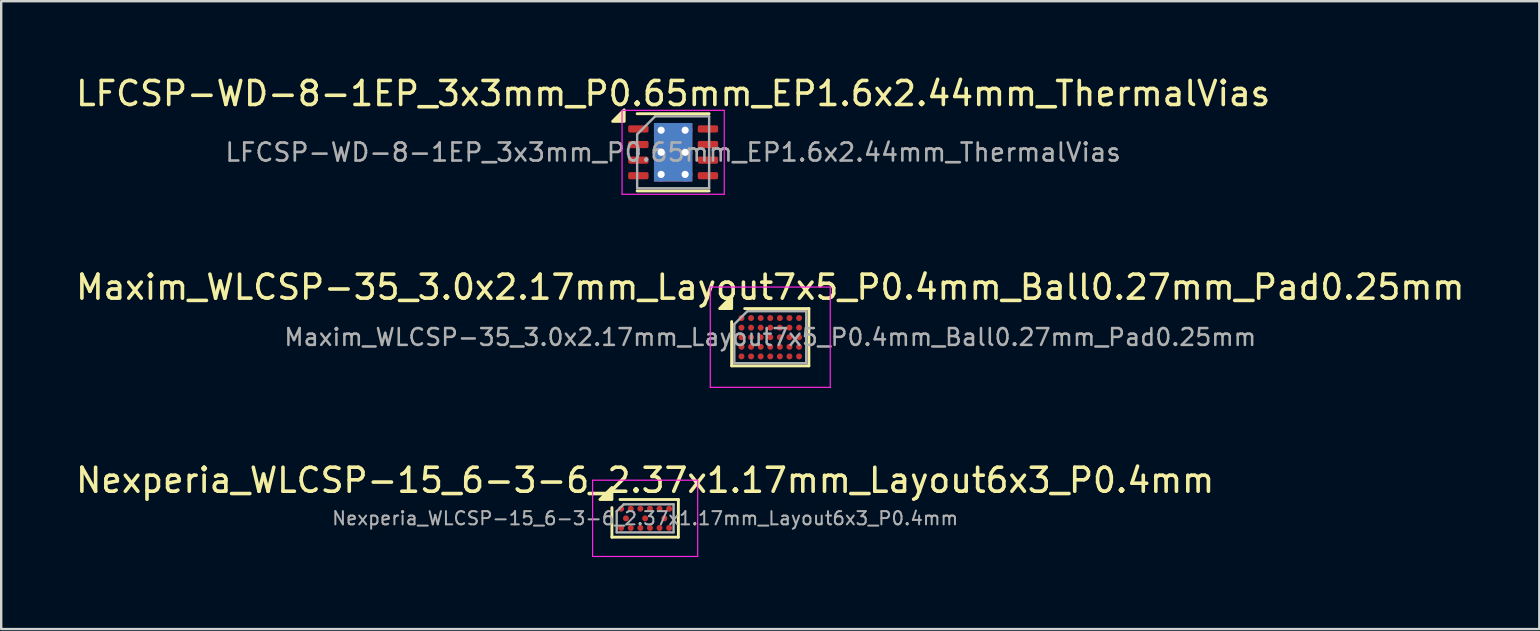
<source format=kicad_pcb>
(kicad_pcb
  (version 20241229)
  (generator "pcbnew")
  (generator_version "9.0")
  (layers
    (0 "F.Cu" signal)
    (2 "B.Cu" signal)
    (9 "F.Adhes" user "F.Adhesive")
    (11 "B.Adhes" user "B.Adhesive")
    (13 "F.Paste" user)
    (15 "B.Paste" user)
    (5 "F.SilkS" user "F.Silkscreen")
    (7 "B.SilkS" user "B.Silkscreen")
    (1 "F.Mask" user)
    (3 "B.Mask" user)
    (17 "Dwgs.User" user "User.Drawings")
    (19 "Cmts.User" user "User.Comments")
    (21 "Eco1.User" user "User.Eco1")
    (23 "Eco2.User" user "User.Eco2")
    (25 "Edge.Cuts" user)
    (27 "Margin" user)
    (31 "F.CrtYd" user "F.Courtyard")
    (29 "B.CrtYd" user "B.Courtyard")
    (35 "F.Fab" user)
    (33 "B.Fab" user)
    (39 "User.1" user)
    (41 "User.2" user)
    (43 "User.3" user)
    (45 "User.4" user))
  (footprint "Nexperia_WLCSP-15_6-3-6_2.37x1.17mm_Layout6x3_P0.4mm"
    (layer "F.Cu")
    (at 23.839 18.554)
    (property "Reference" "Nexperia_WLCSP-15_6-3-6_2.37x1.17mm_Layout6x3_P0.4mm" (at 0 -1.585 0) (layer "F.SilkS") (effects (font (size 1 1) (thickness 0.15))))
    (attr smd)
    (fp_line (start -1.385 0.785) (end -1.385 -0.448) (stroke (width 0.12) (type solid)) (layer "F.SilkS"))
    (fp_line (start -1.048 -0.785) (end 1.385 -0.785) (stroke (width 0.12) (type solid)) (layer "F.SilkS"))
    (fp_line (start 1.385 -0.785) (end 1.385 0.785) (stroke (width 0.12) (type solid)) (layer "F.SilkS"))
    (fp_line (start 1.385 0.785) (end -1.385 0.785) (stroke (width 0.12) (type solid)) (layer "F.SilkS"))
    (fp_poly (pts (xy -1.385 -0.785) (xy -1.885 -0.785) (xy -1.385 -1.285) (xy -1.385 -0.785)) (stroke (width 0.12) (type solid)) (fill yes) (layer "F.SilkS"))
    (fp_line (start -2.19 -1.59) (end -2.19 1.59) (stroke (width 0.05) (type solid)) (layer "F.CrtYd"))
    (fp_line (start -2.19 1.59) (end 2.19 1.59) (stroke (width 0.05) (type solid)) (layer "F.CrtYd"))
    (fp_line (start 2.19 -1.59) (end -2.19 -1.59) (stroke (width 0.05) (type solid)) (layer "F.CrtYd"))
    (fp_line (start 2.19 1.59) (end 2.19 -1.59) (stroke (width 0.05) (type solid)) (layer "F.CrtYd"))
    (fp_line (start -1.185 -0.292) (end -0.892 -0.585) (stroke (width 0.1) (type solid)) (layer "F.Fab"))
    (fp_line (start -1.185 0.585) (end -1.185 -0.292) (stroke (width 0.1) (type solid)) (layer "F.Fab"))
    (fp_line (start -0.892 -0.585) (end 1.185 -0.585) (stroke (width 0.1) (type solid)) (layer "F.Fab"))
    (fp_line (start 1.185 -0.585) (end 1.185 0.585) (stroke (width 0.1) (type solid)) (layer "F.Fab"))
    (fp_line (start 1.185 0.585) (end -1.185 0.585) (stroke (width 0.1) (type solid)) (layer "F.Fab"))
    (fp_text user "${REFERENCE}" (at 0 0 0) (layer "F.Fab") (effects (font (size 0.55 0.55) (thickness 0.083))))
    (pad "A1" smd circle (at -1 -0.4) (size 0.25 0.25) (property pad_prop_bga) (layers "F.Cu" "F.Mask" "F.Paste"))
    (pad "A2" smd circle (at -0.6 -0.4) (size 0.25 0.25) (property pad_prop_bga) (layers "F.Cu" "F.Mask" "F.Paste"))
    (pad "A3" smd circle (at -0.2 -0.4) (size 0.25 0.25) (property pad_prop_bga) (layers "F.Cu" "F.Mask" "F.Paste"))
    (pad "A4" smd circle (at 0.2 -0.4) (size 0.25 0.25) (property pad_prop_bga) (layers "F.Cu" "F.Mask" "F.Paste"))
    (pad "A5" smd circle (at 0.6 -0.4) (size 0.25 0.25) (property pad_prop_bga) (layers "F.Cu" "F.Mask" "F.Paste"))
    (pad "A6" smd circle (at 1 -0.4) (size 0.25 0.25) (property pad_prop_bga) (layers "F.Cu" "F.Mask" "F.Paste"))
    (pad "B1" smd circle (at -0.8 0) (size 0.25 0.25) (property pad_prop_bga) (layers "F.Cu" "F.Mask" "F.Paste"))
    (pad "B2" smd circle (at 0 0) (size 0.25 0.25) (property pad_prop_bga) (layers "F.Cu" "F.Mask" "F.Paste"))
    (pad "B3" smd circle (at 0.8 0) (size 0.25 0.25) (property pad_prop_bga) (layers "F.Cu" "F.Mask" "F.Paste"))
    (pad "C1" smd circle (at -1 0.4) (size 0.25 0.25) (property pad_prop_bga) (layers "F.Cu" "F.Mask" "F.Paste"))
    (pad "C2" smd circle (at -0.6 0.4) (size 0.25 0.25) (property pad_prop_bga) (layers "F.Cu" "F.Mask" "F.Paste"))
    (pad "C3" smd circle (at -0.2 0.4) (size 0.25 0.25) (property pad_prop_bga) (layers "F.Cu" "F.Mask" "F.Paste"))
    (pad "C4" smd circle (at 0.2 0.4) (size 0.25 0.25) (property pad_prop_bga) (layers "F.Cu" "F.Mask" "F.Paste"))
    (pad "C5" smd circle (at 0.6 0.4) (size 0.25 0.25) (property pad_prop_bga) (layers "F.Cu" "F.Mask" "F.Paste"))
    (pad "C6" smd circle (at 1 0.4) (size 0.25 0.25) (property pad_prop_bga) (layers "F.Cu" "F.Mask" "F.Paste")))
  (footprint "Maxim_WLCSP-35_3.0x2.17mm_Layout7x5_P0.4mm_Ball0.27mm_Pad0.25mm"
    (layer "F.Cu")
    (at 29.054 11.005)
    (property "Reference" "Maxim_WLCSP-35_3.0x2.17mm_Layout7x5_P0.4mm_Ball0.27mm_Pad0.25mm" (at 0 -2.084 0) (layer "F.SilkS") (effects (font (size 1 1) (thickness 0.15))))
    (attr smd)
    (fp_line (start -1.609 1.194) (end -1.609 -0.652) (stroke (width 0.12) (type solid)) (layer "F.SilkS"))
    (fp_line (start -1.067 -1.194) (end 1.609 -1.194) (stroke (width 0.12) (type solid)) (layer "F.SilkS"))
    (fp_line (start 1.609 -1.194) (end 1.609 1.194) (stroke (width 0.12) (type solid)) (layer "F.SilkS"))
    (fp_line (start 1.609 1.194) (end -1.609 1.194) (stroke (width 0.12) (type solid)) (layer "F.SilkS"))
    (fp_poly (pts (xy -1.609 -1.194) (xy -2.109 -1.194) (xy -1.609 -1.694) (xy -1.609 -1.194)) (stroke (width 0.12) (type solid)) (fill yes) (layer "F.SilkS"))
    (fp_line (start -2.5 -2.09) (end -2.5 2.09) (stroke (width 0.05) (type solid)) (layer "F.CrtYd"))
    (fp_line (start -2.5 2.09) (end 2.5 2.09) (stroke (width 0.05) (type solid)) (layer "F.CrtYd"))
    (fp_line (start 2.5 -2.09) (end -2.5 -2.09) (stroke (width 0.05) (type solid)) (layer "F.CrtYd"))
    (fp_line (start 2.5 2.09) (end 2.5 -2.09) (stroke (width 0.05) (type solid)) (layer "F.CrtYd"))
    (fp_line (start -1.499 -0.542) (end -0.957 -1.084) (stroke (width 0.1) (type solid)) (layer "F.Fab"))
    (fp_line (start -1.499 1.084) (end -1.499 -0.542) (stroke (width 0.1) (type solid)) (layer "F.Fab"))
    (fp_line (start -0.957 -1.084) (end 1.499 -1.084) (stroke (width 0.1) (type solid)) (layer "F.Fab"))
    (fp_line (start 1.499 -1.084) (end 1.499 1.084) (stroke (width 0.1) (type solid)) (layer "F.Fab"))
    (fp_line (start 1.499 1.084) (end -1.499 1.084) (stroke (width 0.1) (type solid)) (layer "F.Fab"))
    (fp_text user "${REFERENCE}" (at 0 0 0) (layer "F.Fab") (effects (font (size 0.7 0.7) (thickness 0.105))))
    (pad "A1" smd circle (at -1.2 -0.8) (size 0.25 0.25) (property pad_prop_bga) (layers "F.Cu" "F.Mask" "F.Paste"))
    (pad "A2" smd circle (at -0.8 -0.8) (size 0.25 0.25) (property pad_prop_bga) (layers "F.Cu" "F.Mask" "F.Paste"))
    (pad "A3" smd circle (at -0.4 -0.8) (size 0.25 0.25) (property pad_prop_bga) (layers "F.Cu" "F.Mask" "F.Paste"))
    (pad "A4" smd circle (at 0 -0.8) (size 0.25 0.25) (property pad_prop_bga) (layers "F.Cu" "F.Mask" "F.Paste"))
    (pad "A5" smd circle (at 0.4 -0.8) (size 0.25 0.25) (property pad_prop_bga) (layers "F.Cu" "F.Mask" "F.Paste"))
    (pad "A6" smd circle (at 0.8 -0.8) (size 0.25 0.25) (property pad_prop_bga) (layers "F.Cu" "F.Mask" "F.Paste"))
    (pad "A7" smd circle (at 1.2 -0.8) (size 0.25 0.25) (property pad_prop_bga) (layers "F.Cu" "F.Mask" "F.Paste"))
    (pad "B1" smd circle (at -1.2 -0.4) (size 0.25 0.25) (property pad_prop_bga) (layers "F.Cu" "F.Mask" "F.Paste"))
    (pad "B2" smd circle (at -0.8 -0.4) (size 0.25 0.25) (property pad_prop_bga) (layers "F.Cu" "F.Mask" "F.Paste"))
    (pad "B3" smd circle (at -0.4 -0.4) (size 0.25 0.25) (property pad_prop_bga) (layers "F.Cu" "F.Mask" "F.Paste"))
    (pad "B4" smd circle (at 0 -0.4) (size 0.25 0.25) (property pad_prop_bga) (layers "F.Cu" "F.Mask" "F.Paste"))
    (pad "B5" smd circle (at 0.4 -0.4) (size 0.25 0.25) (property pad_prop_bga) (layers "F.Cu" "F.Mask" "F.Paste"))
    (pad "B6" smd circle (at 0.8 -0.4) (size 0.25 0.25) (property pad_prop_bga) (layers "F.Cu" "F.Mask" "F.Paste"))
    (pad "B7" smd circle (at 1.2 -0.4) (size 0.25 0.25) (property pad_prop_bga) (layers "F.Cu" "F.Mask" "F.Paste"))
    (pad "C1" smd circle (at -1.2 0) (size 0.25 0.25) (property pad_prop_bga) (layers "F.Cu" "F.Mask" "F.Paste"))
    (pad "C2" smd circle (at -0.8 0) (size 0.25 0.25) (property pad_prop_bga) (layers "F.Cu" "F.Mask" "F.Paste"))
    (pad "C3" smd circle (at -0.4 0) (size 0.25 0.25) (property pad_prop_bga) (layers "F.Cu" "F.Mask" "F.Paste"))
    (pad "C4" smd circle (at 0 0) (size 0.25 0.25) (property pad_prop_bga) (layers "F.Cu" "F.Mask" "F.Paste"))
    (pad "C5" smd circle (at 0.4 0) (size 0.25 0.25) (property pad_prop_bga) (layers "F.Cu" "F.Mask" "F.Paste"))
    (pad "C6" smd circle (at 0.8 0) (size 0.25 0.25) (property pad_prop_bga) (layers "F.Cu" "F.Mask" "F.Paste"))
    (pad "C7" smd circle (at 1.2 0) (size 0.25 0.25) (property pad_prop_bga) (layers "F.Cu" "F.Mask" "F.Paste"))
    (pad "D1" smd circle (at -1.2 0.4) (size 0.25 0.25) (property pad_prop_bga) (layers "F.Cu" "F.Mask" "F.Paste"))
    (pad "D2" smd circle (at -0.8 0.4) (size 0.25 0.25) (property pad_prop_bga) (layers "F.Cu" "F.Mask" "F.Paste"))
    (pad "D3" smd circle (at -0.4 0.4) (size 0.25 0.25) (property pad_prop_bga) (layers "F.Cu" "F.Mask" "F.Paste"))
    (pad "D4" smd circle (at 0 0.4) (size 0.25 0.25) (property pad_prop_bga) (layers "F.Cu" "F.Mask" "F.Paste"))
    (pad "D5" smd circle (at 0.4 0.4) (size 0.25 0.25) (property pad_prop_bga) (layers "F.Cu" "F.Mask" "F.Paste"))
    (pad "D6" smd circle (at 0.8 0.4) (size 0.25 0.25) (property pad_prop_bga) (layers "F.Cu" "F.Mask" "F.Paste"))
    (pad "D7" smd circle (at 1.2 0.4) (size 0.25 0.25) (property pad_prop_bga) (layers "F.Cu" "F.Mask" "F.Paste"))
    (pad "E1" smd circle (at -1.2 0.8) (size 0.25 0.25) (property pad_prop_bga) (layers "F.Cu" "F.Mask" "F.Paste"))
    (pad "E2" smd circle (at -0.8 0.8) (size 0.25 0.25) (property pad_prop_bga) (layers "F.Cu" "F.Mask" "F.Paste"))
    (pad "E3" smd circle (at -0.4 0.8) (size 0.25 0.25) (property pad_prop_bga) (layers "F.Cu" "F.Mask" "F.Paste"))
    (pad "E4" smd circle (at 0 0.8) (size 0.25 0.25) (property pad_prop_bga) (layers "F.Cu" "F.Mask" "F.Paste"))
    (pad "E5" smd circle (at 0.4 0.8) (size 0.25 0.25) (property pad_prop_bga) (layers "F.Cu" "F.Mask" "F.Paste"))
    (pad "E6" smd circle (at 0.8 0.8) (size 0.25 0.25) (property pad_prop_bga) (layers "F.Cu" "F.Mask" "F.Paste"))
    (pad "E7" smd circle (at 1.2 0.8) (size 0.25 0.25) (property pad_prop_bga) (layers "F.Cu" "F.Mask" "F.Paste")))
  (footprint "LFCSP-WD-8-1EP_3x3mm_P0.65mm_EP1.6x2.44mm_ThermalVias"
    (layer "F.Cu")
    (at 25.006 3.298)
    (property "Reference" "LFCSP-WD-8-1EP_3x3mm_P0.65mm_EP1.6x2.44mm_ThermalVias" (at 0 -2.45 0) (layer "F.SilkS") (effects (font (size 1 1) (thickness 0.15))))
    (attr smd)
    (fp_line (start -1.5 -1.61) (end 1.5 -1.61) (stroke (width 0.12) (type solid)) (layer "F.SilkS"))
    (fp_line (start -1.5 1.61) (end 1.5 1.61) (stroke (width 0.12) (type solid)) (layer "F.SilkS"))
    (fp_poly (pts (xy -2.04 -1.29) (xy -2.52 -1.29) (xy -2.04 -1.77) (xy -2.04 -1.29)) (stroke (width 0.12) (type solid)) (fill yes) (layer "F.SilkS"))
    (fp_line (start -2.13 -1.75) (end -2.13 1.75) (stroke (width 0.05) (type solid)) (layer "F.CrtYd"))
    (fp_line (start -2.13 1.75) (end 2.13 1.75) (stroke (width 0.05) (type solid)) (layer "F.CrtYd"))
    (fp_line (start 2.13 -1.75) (end -2.13 -1.75) (stroke (width 0.05) (type solid)) (layer "F.CrtYd"))
    (fp_line (start 2.13 1.75) (end 2.13 -1.75) (stroke (width 0.05) (type solid)) (layer "F.CrtYd"))
    (fp_line (start -1.5 -0.75) (end -0.75 -1.5) (stroke (width 0.1) (type solid)) (layer "F.Fab"))
    (fp_line (start -1.5 1.5) (end -1.5 -0.75) (stroke (width 0.1) (type solid)) (layer "F.Fab"))
    (fp_line (start -0.75 -1.5) (end 1.5 -1.5) (stroke (width 0.1) (type solid)) (layer "F.Fab"))
    (fp_line (start 1.5 -1.5) (end 1.5 1.5) (stroke (width 0.1) (type solid)) (layer "F.Fab"))
    (fp_line (start 1.5 1.5) (end -1.5 1.5) (stroke (width 0.1) (type solid)) (layer "F.Fab"))
    (fp_text user "${REFERENCE}" (at 0 0 0) (layer "F.Fab") (effects (font (size 0.75 0.75) (thickness 0.11))))
    (pad "" smd roundrect (at -0.4 -0.81) (size 0.64 0.66) (layers "F.Paste") (roundrect_rratio 0.25))
    (pad "" smd roundrect (at -0.4 0) (size 0.64 0.66) (layers "F.Paste") (roundrect_rratio 0.25))
    (pad "" smd roundrect (at -0.4 0.81) (size 0.64 0.66) (layers "F.Paste") (roundrect_rratio 0.25))
    (pad "" smd roundrect (at 0.4 -0.81) (size 0.64 0.66) (layers "F.Paste") (roundrect_rratio 0.25))
    (pad "" smd roundrect (at 0.4 0) (size 0.64 0.66) (layers "F.Paste") (roundrect_rratio 0.25))
    (pad "" smd roundrect (at 0.4 0.81) (size 0.64 0.66) (layers "F.Paste") (roundrect_rratio 0.25))
    (pad "1" smd roundrect (at -1.45 -0.975) (size 0.85 0.3) (layers "F.Cu" "F.Mask" "F.Paste") (roundrect_rratio 0.25))
    (pad "2" smd roundrect (at -1.45 -0.325) (size 0.85 0.3) (layers "F.Cu" "F.Mask" "F.Paste") (roundrect_rratio 0.25))
    (pad "3" smd roundrect (at -1.45 0.325) (size 0.85 0.3) (layers "F.Cu" "F.Mask" "F.Paste") (roundrect_rratio 0.25))
    (pad "4" smd roundrect (at -1.45 0.975) (size 0.85 0.3) (layers "F.Cu" "F.Mask" "F.Paste") (roundrect_rratio 0.25))
    (pad "5" smd roundrect (at 1.45 0.975) (size 0.85 0.3) (layers "F.Cu" "F.Mask" "F.Paste") (roundrect_rratio 0.25))
    (pad "6" smd roundrect (at 1.45 0.325) (size 0.85 0.3) (layers "F.Cu" "F.Mask" "F.Paste") (roundrect_rratio 0.25))
    (pad "7" smd roundrect (at 1.45 -0.325) (size 0.85 0.3) (layers "F.Cu" "F.Mask" "F.Paste") (roundrect_rratio 0.25))
    (pad "8" smd roundrect (at 1.45 -0.975) (size 0.85 0.3) (layers "F.Cu" "F.Mask" "F.Paste") (roundrect_rratio 0.25))
    (pad "9" thru_hole circle (at -0.5 -0.92) (size 0.6 0.6) (drill 0.3) (property pad_prop_heatsink) (layers "*.Cu"))
    (pad "9" thru_hole circle (at -0.5 0) (size 0.6 0.6) (drill 0.3) (property pad_prop_heatsink) (layers "*.Cu"))
    (pad "9" thru_hole circle (at -0.5 0.92) (size 0.6 0.6) (drill 0.3) (property pad_prop_heatsink) (layers "*.Cu"))
    (pad "9" smd rect (at 0 0) (size 1.6 2.44) (property pad_prop_heatsink) (layers "F.Cu" "F.Mask"))
    (pad "9" smd rect (at 0 0) (size 1.6 2.44) (property pad_prop_heatsink) (layers "B.Cu"))
    (pad "9" thru_hole circle (at 0.5 -0.92) (size 0.6 0.6) (drill 0.3) (property pad_prop_heatsink) (layers "*.Cu"))
    (pad "9" thru_hole circle (at 0.5 0) (size 0.6 0.6) (drill 0.3) (property pad_prop_heatsink) (layers "*.Cu"))
    (pad "9" thru_hole circle (at 0.5 0.92) (size 0.6 0.6) (drill 0.3) (property pad_prop_heatsink) (layers "*.Cu")))
  (gr_rect
    (start -3 -3)
    (end 61.107 23.169)
    (stroke (width 0.1) (type default))
    (fill no)
    (layer "Edge.Cuts")))
</source>
